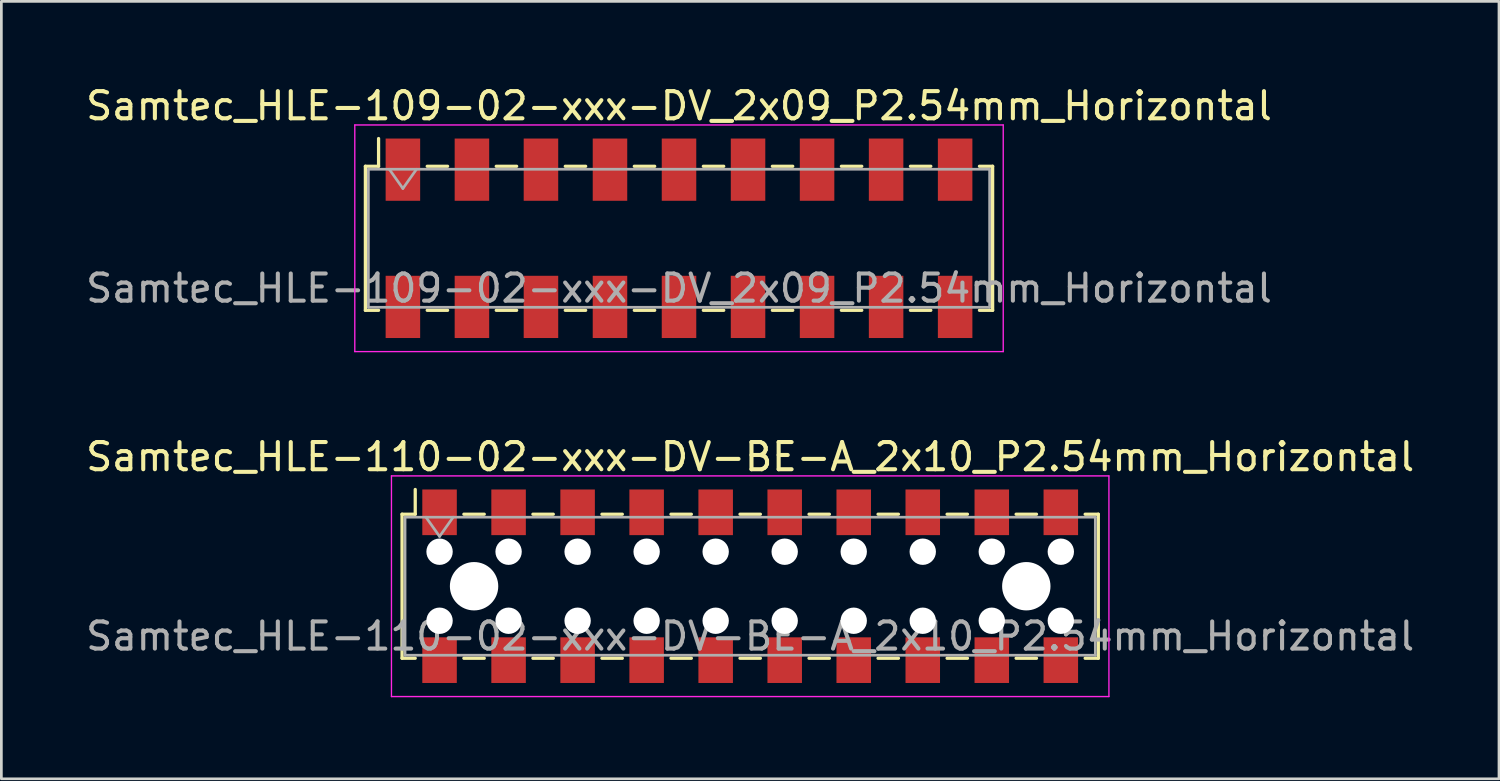
<source format=kicad_pcb>
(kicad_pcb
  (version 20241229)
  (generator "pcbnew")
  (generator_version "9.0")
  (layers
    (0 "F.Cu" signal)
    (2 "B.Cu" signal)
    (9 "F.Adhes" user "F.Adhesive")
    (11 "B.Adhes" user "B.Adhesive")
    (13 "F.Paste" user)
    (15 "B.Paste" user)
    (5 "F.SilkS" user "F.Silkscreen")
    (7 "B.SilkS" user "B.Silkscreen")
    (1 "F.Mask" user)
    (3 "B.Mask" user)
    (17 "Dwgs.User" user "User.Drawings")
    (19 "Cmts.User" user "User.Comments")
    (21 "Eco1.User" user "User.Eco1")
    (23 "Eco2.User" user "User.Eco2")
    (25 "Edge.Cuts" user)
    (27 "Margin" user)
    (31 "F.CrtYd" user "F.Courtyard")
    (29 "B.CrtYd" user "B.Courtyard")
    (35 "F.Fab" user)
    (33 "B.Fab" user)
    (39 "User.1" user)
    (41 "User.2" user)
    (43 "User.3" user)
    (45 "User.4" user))
  (footprint "Samtec_HLE-109-02-xxx-DV_2x09_P2.54mm_Horizontal"
    (layer "F.Cu")
    (at 21.935 5.718)
    (property "Reference" "Samtec_HLE-109-02-xxx-DV_2x09_P2.54mm_Horizontal" (at 0 -4.87 0) (layer "F.SilkS") (effects (font (size 1 1) (thickness 0.15))))
    (attr smd)
    (fp_line (start -11.54 -2.65) (end -11.54 2.65) (stroke (width 0.12) (type solid)) (layer "F.SilkS"))
    (fp_line (start -11.54 2.65) (end -11.055 2.65) (stroke (width 0.12) (type solid)) (layer "F.SilkS"))
    (fp_line (start -11.055 -3.67) (end -11.055 -2.65) (stroke (width 0.12) (type solid)) (layer "F.SilkS"))
    (fp_line (start -11.055 -2.65) (end -11.54 -2.65) (stroke (width 0.12) (type solid)) (layer "F.SilkS"))
    (fp_line (start -9.265 -2.65) (end -8.515 -2.65) (stroke (width 0.12) (type solid)) (layer "F.SilkS"))
    (fp_line (start -9.265 2.65) (end -8.515 2.65) (stroke (width 0.12) (type solid)) (layer "F.SilkS"))
    (fp_line (start -6.725 -2.65) (end -5.975 -2.65) (stroke (width 0.12) (type solid)) (layer "F.SilkS"))
    (fp_line (start -6.725 2.65) (end -5.975 2.65) (stroke (width 0.12) (type solid)) (layer "F.SilkS"))
    (fp_line (start -4.185 -2.65) (end -3.435 -2.65) (stroke (width 0.12) (type solid)) (layer "F.SilkS"))
    (fp_line (start -4.185 2.65) (end -3.435 2.65) (stroke (width 0.12) (type solid)) (layer "F.SilkS"))
    (fp_line (start -1.645 -2.65) (end -0.895 -2.65) (stroke (width 0.12) (type solid)) (layer "F.SilkS"))
    (fp_line (start -1.645 2.65) (end -0.895 2.65) (stroke (width 0.12) (type solid)) (layer "F.SilkS"))
    (fp_line (start 0.895 -2.65) (end 1.645 -2.65) (stroke (width 0.12) (type solid)) (layer "F.SilkS"))
    (fp_line (start 0.895 2.65) (end 1.645 2.65) (stroke (width 0.12) (type solid)) (layer "F.SilkS"))
    (fp_line (start 3.435 -2.65) (end 4.185 -2.65) (stroke (width 0.12) (type solid)) (layer "F.SilkS"))
    (fp_line (start 3.435 2.65) (end 4.185 2.65) (stroke (width 0.12) (type solid)) (layer "F.SilkS"))
    (fp_line (start 5.975 -2.65) (end 6.725 -2.65) (stroke (width 0.12) (type solid)) (layer "F.SilkS"))
    (fp_line (start 5.975 2.65) (end 6.725 2.65) (stroke (width 0.12) (type solid)) (layer "F.SilkS"))
    (fp_line (start 8.515 -2.65) (end 9.265 -2.65) (stroke (width 0.12) (type solid)) (layer "F.SilkS"))
    (fp_line (start 8.515 2.65) (end 9.265 2.65) (stroke (width 0.12) (type solid)) (layer "F.SilkS"))
    (fp_line (start 11.055 -2.65) (end 11.54 -2.65) (stroke (width 0.12) (type solid)) (layer "F.SilkS"))
    (fp_line (start 11.54 -2.65) (end 11.54 2.65) (stroke (width 0.12) (type solid)) (layer "F.SilkS"))
    (fp_line (start 11.54 2.65) (end 11.055 2.65) (stroke (width 0.12) (type solid)) (layer "F.SilkS"))
    (fp_line (start -11.93 -4.17) (end 11.93 -4.17) (stroke (width 0.05) (type solid)) (layer "F.CrtYd"))
    (fp_line (start -11.93 4.17) (end -11.93 -4.17) (stroke (width 0.05) (type solid)) (layer "F.CrtYd"))
    (fp_line (start 11.93 -4.17) (end 11.93 4.17) (stroke (width 0.05) (type solid)) (layer "F.CrtYd"))
    (fp_line (start 11.93 4.17) (end -11.93 4.17) (stroke (width 0.05) (type solid)) (layer "F.CrtYd"))
    (fp_line (start -11.43 -2.54) (end 11.43 -2.54) (stroke (width 0.1) (type solid)) (layer "F.Fab"))
    (fp_line (start -11.43 2.54) (end -11.43 -2.54) (stroke (width 0.1) (type solid)) (layer "F.Fab"))
    (fp_line (start -10.66 -2.54) (end -10.16 -1.833) (stroke (width 0.1) (type solid)) (layer "F.Fab"))
    (fp_line (start -10.16 -1.833) (end -9.66 -2.54) (stroke (width 0.1) (type solid)) (layer "F.Fab"))
    (fp_line (start 11.43 -2.54) (end 11.43 2.54) (stroke (width 0.1) (type solid)) (layer "F.Fab"))
    (fp_line (start 11.43 2.54) (end -11.43 2.54) (stroke (width 0.1) (type solid)) (layer "F.Fab"))
    (fp_text user "${REFERENCE}" (at 0 1.84 0) (layer "F.Fab") (effects (font (size 1 1) (thickness 0.15))))
    (pad "1" smd rect (at -10.16 -2.525) (size 1.27 2.29) (layers "F.Cu" "F.Mask" "F.Paste"))
    (pad "2" smd rect (at -10.16 2.525) (size 1.27 2.29) (layers "F.Cu" "F.Mask" "F.Paste"))
    (pad "3" smd rect (at -7.62 -2.525) (size 1.27 2.29) (layers "F.Cu" "F.Mask" "F.Paste"))
    (pad "4" smd rect (at -7.62 2.525) (size 1.27 2.29) (layers "F.Cu" "F.Mask" "F.Paste"))
    (pad "5" smd rect (at -5.08 -2.525) (size 1.27 2.29) (layers "F.Cu" "F.Mask" "F.Paste"))
    (pad "6" smd rect (at -5.08 2.525) (size 1.27 2.29) (layers "F.Cu" "F.Mask" "F.Paste"))
    (pad "7" smd rect (at -2.54 -2.525) (size 1.27 2.29) (layers "F.Cu" "F.Mask" "F.Paste"))
    (pad "8" smd rect (at -2.54 2.525) (size 1.27 2.29) (layers "F.Cu" "F.Mask" "F.Paste"))
    (pad "9" smd rect (at 0 -2.525) (size 1.27 2.29) (layers "F.Cu" "F.Mask" "F.Paste"))
    (pad "10" smd rect (at 0 2.525) (size 1.27 2.29) (layers "F.Cu" "F.Mask" "F.Paste"))
    (pad "11" smd rect (at 2.54 -2.525) (size 1.27 2.29) (layers "F.Cu" "F.Mask" "F.Paste"))
    (pad "12" smd rect (at 2.54 2.525) (size 1.27 2.29) (layers "F.Cu" "F.Mask" "F.Paste"))
    (pad "13" smd rect (at 5.08 -2.525) (size 1.27 2.29) (layers "F.Cu" "F.Mask" "F.Paste"))
    (pad "14" smd rect (at 5.08 2.525) (size 1.27 2.29) (layers "F.Cu" "F.Mask" "F.Paste"))
    (pad "15" smd rect (at 7.62 -2.525) (size 1.27 2.29) (layers "F.Cu" "F.Mask" "F.Paste"))
    (pad "16" smd rect (at 7.62 2.525) (size 1.27 2.29) (layers "F.Cu" "F.Mask" "F.Paste"))
    (pad "17" smd rect (at 10.16 -2.525) (size 1.27 2.29) (layers "F.Cu" "F.Mask" "F.Paste"))
    (pad "18" smd rect (at 10.16 2.525) (size 1.27 2.29) (layers "F.Cu" "F.Mask" "F.Paste")))
  (footprint "Samtec_HLE-110-02-xxx-DV-BE-A_2x10_P2.54mm_Horizontal"
    (layer "F.Cu")
    (at 24.554 18.521)
    (property "Reference" "Samtec_HLE-110-02-xxx-DV-BE-A_2x10_P2.54mm_Horizontal" (at 0 -4.76 0) (layer "F.SilkS") (effects (font (size 1 1) (thickness 0.15))))
    (attr smd)
    (fp_line (start -12.81 -2.65) (end -12.81 2.65) (stroke (width 0.12) (type solid)) (layer "F.SilkS"))
    (fp_line (start -12.81 2.65) (end -12.325 2.65) (stroke (width 0.12) (type solid)) (layer "F.SilkS"))
    (fp_line (start -12.325 -3.56) (end -12.325 -2.65) (stroke (width 0.12) (type solid)) (layer "F.SilkS"))
    (fp_line (start -12.325 -2.65) (end -12.81 -2.65) (stroke (width 0.12) (type solid)) (layer "F.SilkS"))
    (fp_line (start -10.535 -2.65) (end -9.785 -2.65) (stroke (width 0.12) (type solid)) (layer "F.SilkS"))
    (fp_line (start -10.535 2.65) (end -9.785 2.65) (stroke (width 0.12) (type solid)) (layer "F.SilkS"))
    (fp_line (start -7.995 -2.65) (end -7.245 -2.65) (stroke (width 0.12) (type solid)) (layer "F.SilkS"))
    (fp_line (start -7.995 2.65) (end -7.245 2.65) (stroke (width 0.12) (type solid)) (layer "F.SilkS"))
    (fp_line (start -5.455 -2.65) (end -4.705 -2.65) (stroke (width 0.12) (type solid)) (layer "F.SilkS"))
    (fp_line (start -5.455 2.65) (end -4.705 2.65) (stroke (width 0.12) (type solid)) (layer "F.SilkS"))
    (fp_line (start -2.915 -2.65) (end -2.165 -2.65) (stroke (width 0.12) (type solid)) (layer "F.SilkS"))
    (fp_line (start -2.915 2.65) (end -2.165 2.65) (stroke (width 0.12) (type solid)) (layer "F.SilkS"))
    (fp_line (start -0.375 -2.65) (end 0.375 -2.65) (stroke (width 0.12) (type solid)) (layer "F.SilkS"))
    (fp_line (start -0.375 2.65) (end 0.375 2.65) (stroke (width 0.12) (type solid)) (layer "F.SilkS"))
    (fp_line (start 2.165 -2.65) (end 2.915 -2.65) (stroke (width 0.12) (type solid)) (layer "F.SilkS"))
    (fp_line (start 2.165 2.65) (end 2.915 2.65) (stroke (width 0.12) (type solid)) (layer "F.SilkS"))
    (fp_line (start 4.705 -2.65) (end 5.455 -2.65) (stroke (width 0.12) (type solid)) (layer "F.SilkS"))
    (fp_line (start 4.705 2.65) (end 5.455 2.65) (stroke (width 0.12) (type solid)) (layer "F.SilkS"))
    (fp_line (start 7.245 -2.65) (end 7.995 -2.65) (stroke (width 0.12) (type solid)) (layer "F.SilkS"))
    (fp_line (start 7.245 2.65) (end 7.995 2.65) (stroke (width 0.12) (type solid)) (layer "F.SilkS"))
    (fp_line (start 9.785 -2.65) (end 10.535 -2.65) (stroke (width 0.12) (type solid)) (layer "F.SilkS"))
    (fp_line (start 9.785 2.65) (end 10.535 2.65) (stroke (width 0.12) (type solid)) (layer "F.SilkS"))
    (fp_line (start 12.325 -2.65) (end 12.81 -2.65) (stroke (width 0.12) (type solid)) (layer "F.SilkS"))
    (fp_line (start 12.81 -2.65) (end 12.81 2.65) (stroke (width 0.12) (type solid)) (layer "F.SilkS"))
    (fp_line (start 12.81 2.65) (end 12.325 2.65) (stroke (width 0.12) (type solid)) (layer "F.SilkS"))
    (fp_line (start -13.2 -4.06) (end 13.2 -4.06) (stroke (width 0.05) (type solid)) (layer "F.CrtYd"))
    (fp_line (start -13.2 4.06) (end -13.2 -4.06) (stroke (width 0.05) (type solid)) (layer "F.CrtYd"))
    (fp_line (start 13.2 -4.06) (end 13.2 4.06) (stroke (width 0.05) (type solid)) (layer "F.CrtYd"))
    (fp_line (start 13.2 4.06) (end -13.2 4.06) (stroke (width 0.05) (type solid)) (layer "F.CrtYd"))
    (fp_line (start -12.7 -2.54) (end 12.7 -2.54) (stroke (width 0.1) (type solid)) (layer "F.Fab"))
    (fp_line (start -12.7 2.54) (end -12.7 -2.54) (stroke (width 0.1) (type solid)) (layer "F.Fab"))
    (fp_line (start -11.93 -2.54) (end -11.43 -1.833) (stroke (width 0.1) (type solid)) (layer "F.Fab"))
    (fp_line (start -11.43 -1.833) (end -10.93 -2.54) (stroke (width 0.1) (type solid)) (layer "F.Fab"))
    (fp_line (start 12.7 -2.54) (end 12.7 2.54) (stroke (width 0.1) (type solid)) (layer "F.Fab"))
    (fp_line (start 12.7 2.54) (end -12.7 2.54) (stroke (width 0.1) (type solid)) (layer "F.Fab"))
    (fp_text user "${REFERENCE}" (at 0 1.84 0) (layer "F.Fab") (effects (font (size 1 1) (thickness 0.15))))
    (pad "" np_thru_hole circle (at -11.43 -1.27) (size 0.97 0.97) (drill 0.97) (layers "*.Cu" "*.Mask"))
    (pad "" np_thru_hole circle (at -11.43 1.27) (size 0.97 0.97) (drill 0.97) (layers "*.Cu" "*.Mask"))
    (pad "" np_thru_hole circle (at -10.16 0) (size 1.78 1.78) (drill 1.78) (layers "*.Cu" "*.Mask"))
    (pad "" np_thru_hole circle (at -8.89 -1.27) (size 0.97 0.97) (drill 0.97) (layers "*.Cu" "*.Mask"))
    (pad "" np_thru_hole circle (at -8.89 1.27) (size 0.97 0.97) (drill 0.97) (layers "*.Cu" "*.Mask"))
    (pad "" np_thru_hole circle (at -6.35 -1.27) (size 0.97 0.97) (drill 0.97) (layers "*.Cu" "*.Mask"))
    (pad "" np_thru_hole circle (at -6.35 1.27) (size 0.97 0.97) (drill 0.97) (layers "*.Cu" "*.Mask"))
    (pad "" np_thru_hole circle (at -3.81 -1.27) (size 0.97 0.97) (drill 0.97) (layers "*.Cu" "*.Mask"))
    (pad "" np_thru_hole circle (at -3.81 1.27) (size 0.97 0.97) (drill 0.97) (layers "*.Cu" "*.Mask"))
    (pad "" np_thru_hole circle (at -1.27 -1.27) (size 0.97 0.97) (drill 0.97) (layers "*.Cu" "*.Mask"))
    (pad "" np_thru_hole circle (at -1.27 1.27) (size 0.97 0.97) (drill 0.97) (layers "*.Cu" "*.Mask"))
    (pad "" np_thru_hole circle (at 1.27 -1.27) (size 0.97 0.97) (drill 0.97) (layers "*.Cu" "*.Mask"))
    (pad "" np_thru_hole circle (at 1.27 1.27) (size 0.97 0.97) (drill 0.97) (layers "*.Cu" "*.Mask"))
    (pad "" np_thru_hole circle (at 3.81 -1.27) (size 0.97 0.97) (drill 0.97) (layers "*.Cu" "*.Mask"))
    (pad "" np_thru_hole circle (at 3.81 1.27) (size 0.97 0.97) (drill 0.97) (layers "*.Cu" "*.Mask"))
    (pad "" np_thru_hole circle (at 6.35 -1.27) (size 0.97 0.97) (drill 0.97) (layers "*.Cu" "*.Mask"))
    (pad "" np_thru_hole circle (at 6.35 1.27) (size 0.97 0.97) (drill 0.97) (layers "*.Cu" "*.Mask"))
    (pad "" np_thru_hole circle (at 8.89 -1.27) (size 0.97 0.97) (drill 0.97) (layers "*.Cu" "*.Mask"))
    (pad "" np_thru_hole circle (at 8.89 1.27) (size 0.97 0.97) (drill 0.97) (layers "*.Cu" "*.Mask"))
    (pad "" np_thru_hole circle (at 10.16 0) (size 1.78 1.78) (drill 1.78) (layers "*.Cu" "*.Mask"))
    (pad "" np_thru_hole circle (at 11.43 -1.27) (size 0.97 0.97) (drill 0.97) (layers "*.Cu" "*.Mask"))
    (pad "" np_thru_hole circle (at 11.43 1.27) (size 0.97 0.97) (drill 0.97) (layers "*.Cu" "*.Mask"))
    (pad "1" smd rect (at -11.43 -2.72) (size 1.27 1.68) (layers "F.Cu" "F.Mask" "F.Paste"))
    (pad "2" smd rect (at -11.43 2.72) (size 1.27 1.68) (layers "F.Cu" "F.Mask" "F.Paste"))
    (pad "3" smd rect (at -8.89 -2.72) (size 1.27 1.68) (layers "F.Cu" "F.Mask" "F.Paste"))
    (pad "4" smd rect (at -8.89 2.72) (size 1.27 1.68) (layers "F.Cu" "F.Mask" "F.Paste"))
    (pad "5" smd rect (at -6.35 -2.72) (size 1.27 1.68) (layers "F.Cu" "F.Mask" "F.Paste"))
    (pad "6" smd rect (at -6.35 2.72) (size 1.27 1.68) (layers "F.Cu" "F.Mask" "F.Paste"))
    (pad "7" smd rect (at -3.81 -2.72) (size 1.27 1.68) (layers "F.Cu" "F.Mask" "F.Paste"))
    (pad "8" smd rect (at -3.81 2.72) (size 1.27 1.68) (layers "F.Cu" "F.Mask" "F.Paste"))
    (pad "9" smd rect (at -1.27 -2.72) (size 1.27 1.68) (layers "F.Cu" "F.Mask" "F.Paste"))
    (pad "10" smd rect (at -1.27 2.72) (size 1.27 1.68) (layers "F.Cu" "F.Mask" "F.Paste"))
    (pad "11" smd rect (at 1.27 -2.72) (size 1.27 1.68) (layers "F.Cu" "F.Mask" "F.Paste"))
    (pad "12" smd rect (at 1.27 2.72) (size 1.27 1.68) (layers "F.Cu" "F.Mask" "F.Paste"))
    (pad "13" smd rect (at 3.81 -2.72) (size 1.27 1.68) (layers "F.Cu" "F.Mask" "F.Paste"))
    (pad "14" smd rect (at 3.81 2.72) (size 1.27 1.68) (layers "F.Cu" "F.Mask" "F.Paste"))
    (pad "15" smd rect (at 6.35 -2.72) (size 1.27 1.68) (layers "F.Cu" "F.Mask" "F.Paste"))
    (pad "16" smd rect (at 6.35 2.72) (size 1.27 1.68) (layers "F.Cu" "F.Mask" "F.Paste"))
    (pad "17" smd rect (at 8.89 -2.72) (size 1.27 1.68) (layers "F.Cu" "F.Mask" "F.Paste"))
    (pad "18" smd rect (at 8.89 2.72) (size 1.27 1.68) (layers "F.Cu" "F.Mask" "F.Paste"))
    (pad "19" smd rect (at 11.43 -2.72) (size 1.27 1.68) (layers "F.Cu" "F.Mask" "F.Paste"))
    (pad "20" smd rect (at 11.43 2.72) (size 1.27 1.68) (layers "F.Cu" "F.Mask" "F.Paste")))
  (gr_rect
    (start -3 -3)
    (end 52.107 25.607)
    (stroke (width 0.1) (type default))
    (fill no)
    (layer "Edge.Cuts")))
</source>
